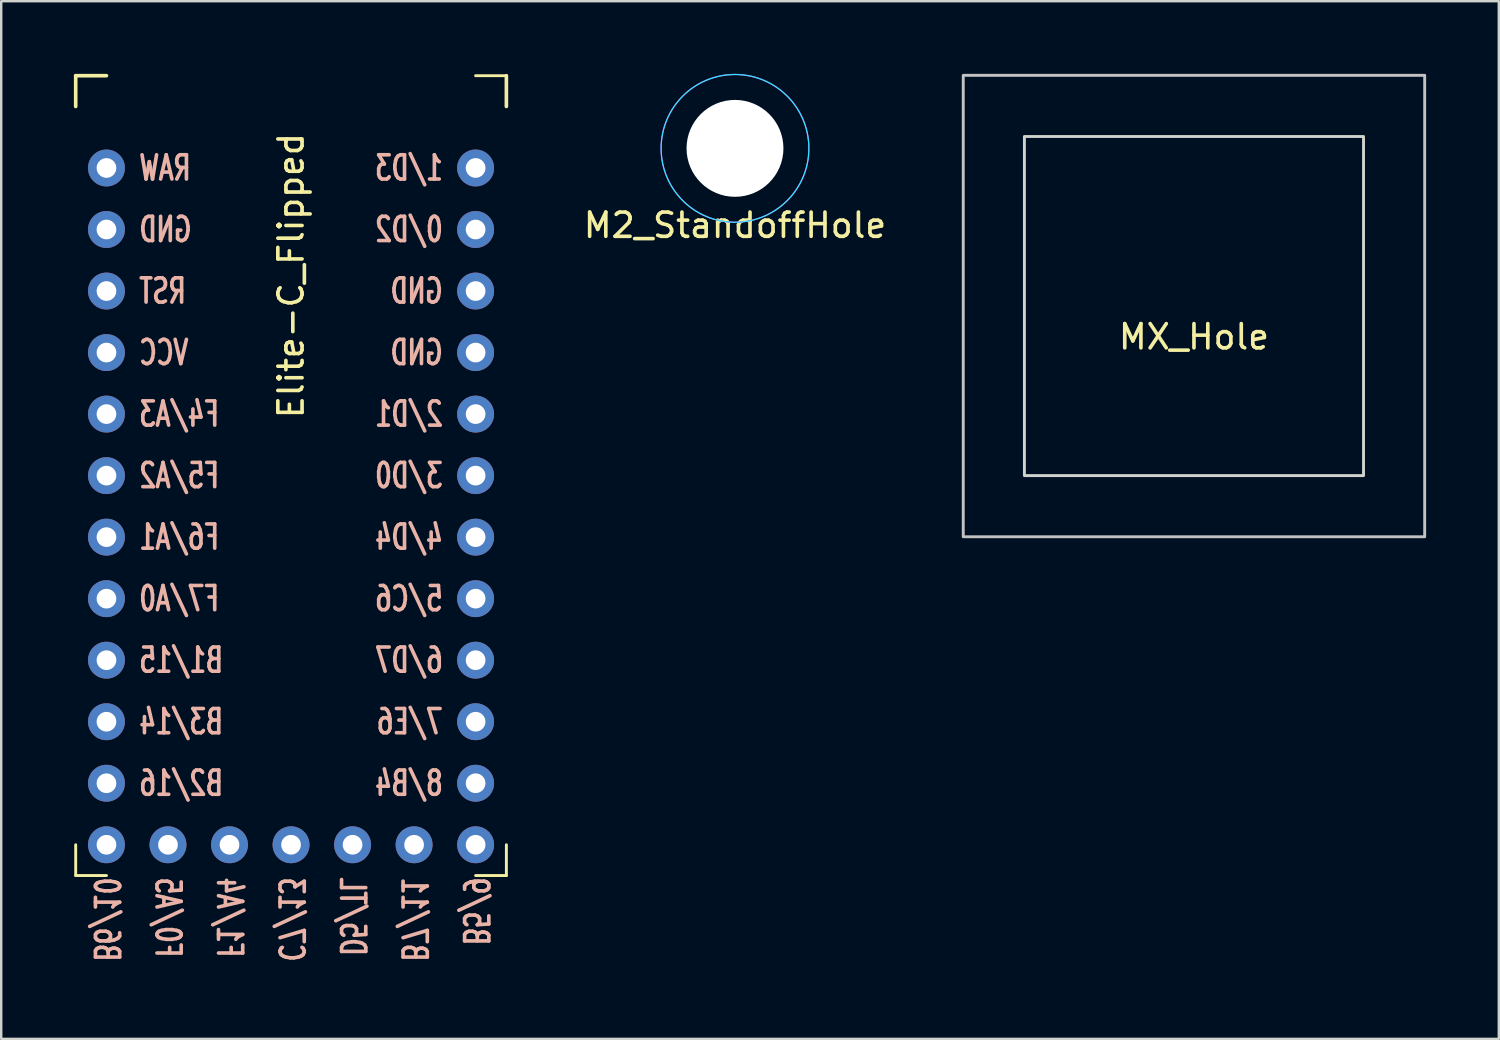
<source format=kicad_pcb>
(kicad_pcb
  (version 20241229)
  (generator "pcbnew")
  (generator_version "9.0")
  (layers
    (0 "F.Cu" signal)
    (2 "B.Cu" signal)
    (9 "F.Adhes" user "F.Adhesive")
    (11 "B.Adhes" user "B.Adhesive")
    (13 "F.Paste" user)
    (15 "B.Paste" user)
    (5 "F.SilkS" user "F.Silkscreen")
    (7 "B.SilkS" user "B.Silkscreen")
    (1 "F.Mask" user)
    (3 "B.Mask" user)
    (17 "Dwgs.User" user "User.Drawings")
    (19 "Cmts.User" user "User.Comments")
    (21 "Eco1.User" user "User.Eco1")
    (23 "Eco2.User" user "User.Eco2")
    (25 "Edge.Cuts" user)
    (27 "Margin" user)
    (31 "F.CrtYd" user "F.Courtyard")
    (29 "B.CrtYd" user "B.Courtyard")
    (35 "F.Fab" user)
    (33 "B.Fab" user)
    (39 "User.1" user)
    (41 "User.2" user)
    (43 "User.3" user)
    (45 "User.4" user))
  (footprint "M2_StandoffHole"
    (layer "F.Cu")
    (at 27.293 3.075)
    (property "Reference" "M2_StandoffHole" (at 0 3.175 0) (unlocked yes) (layer "F.SilkS") (effects (font (size 1 1) (thickness 0.15))))
    (attr through_hole)
    (fp_circle (center 0 0) (end 3.05 0) (stroke (width 0.05) (type solid)) (fill no) (layer "B.CrtYd"))
    (fp_circle (center 0 0) (end 3.05 0) (stroke (width 0.05) (type solid)) (fill no) (layer "F.CrtYd"))
    (pad "" np_thru_hole circle (at 0 0) (size 4 4) (drill 4) (layers "*.Cu" "*.Mask")))
  (footprint "MX_Hole"
    (layer "F.Cu")
    (at 46.241 9.585)
    (property "Reference" "MX_Hole" (at 0 1.27 0) (unlocked yes) (layer "F.SilkS") (effects (font (size 1 1) (thickness 0.15))))
    (attr through_hole)
    (fp_rect (start -9.525 -9.525) (end 9.525 9.525) (stroke (width 0.12) (type solid)) (fill no) (layer "Dwgs.User"))
    (fp_rect (start 7 7) (end -7 -7) (stroke (width 0.12) (type solid)) (fill no) (layer "Edge.Cuts")))
  (footprint "Elite-C_Flipped"
    (layer "F.Cu")
    (at 8.965 16.585)
    (property "Reference" "Elite-C_Flipped" (at 0 -8.255 90) (unlocked yes) (layer "F.SilkS") (effects (font (size 1 1) (thickness 0.15))))
    (attr through_hole)
    (fp_line (start -8.89 -16.51) (end -8.89 -15.24) (stroke (width 0.15) (type solid)) (layer "F.SilkS"))
    (fp_line (start -8.89 -16.51) (end -7.62 -16.51) (stroke (width 0.15) (type solid)) (layer "F.SilkS"))
    (fp_line (start -8.89 16.51) (end -8.89 15.24) (stroke (width 0.12) (type solid)) (layer "F.SilkS"))
    (fp_line (start -8.89 16.51) (end -7.62 16.51) (stroke (width 0.12) (type solid)) (layer "F.SilkS"))
    (fp_line (start 8.89 -16.51) (end 7.62 -16.51) (stroke (width 0.12) (type solid)) (layer "F.SilkS"))
    (fp_line (start 8.89 -16.51) (end 8.89 -15.24) (stroke (width 0.15) (type solid)) (layer "F.SilkS"))
    (fp_line (start 8.89 16.51) (end 7.62 16.51) (stroke (width 0.12) (type solid)) (layer "F.SilkS"))
    (fp_line (start 8.89 16.51) (end 8.89 15.24) (stroke (width 0.12) (type solid)) (layer "F.SilkS"))
    (fp_text user "F0/A5" (at -5.08 16.51 270) (unlocked yes) (layer "B.SilkS") (effects (font (size 1 0.7) (thickness 0.15)) (justify right mirror)))
    (fp_text user "B7/11" (at 5.08 16.51 270) (unlocked yes) (layer "B.SilkS") (effects (font (size 1 0.7) (thickness 0.15)) (justify right mirror)))
    (fp_text user "3/D0" (at 6.35 0 0) (unlocked yes) (layer "B.SilkS") (effects (font (size 1 0.7) (thickness 0.15)) (justify left mirror)))
    (fp_text user "D5/TL" (at 2.54 16.51 270) (unlocked yes) (layer "B.SilkS") (effects (font (size 1 0.7) (thickness 0.15)) (justify right mirror)))
    (fp_text user "5/C6" (at 6.35 5.08 0) (unlocked yes) (layer "B.SilkS") (effects (font (size 1 0.7) (thickness 0.15)) (justify left mirror)))
    (fp_text user "RAW" (at -6.35 -12.7 0) (unlocked yes) (layer "B.SilkS") (effects (font (size 1 0.7) (thickness 0.15)) (justify right mirror)))
    (fp_text user "B2/16" (at -6.35 12.7 0) (unlocked yes) (layer "B.SilkS") (effects (font (size 1 0.7) (thickness 0.15)) (justify right mirror)))
    (fp_text user "7/E6" (at 6.35 10.16 0) (unlocked yes) (layer "B.SilkS") (effects (font (size 1 0.7) (thickness 0.15)) (justify left mirror)))
    (fp_text user "GND" (at -6.35 -10.16 0) (unlocked yes) (layer "B.SilkS") (effects (font (size 1 0.7) (thickness 0.15)) (justify right mirror)))
    (fp_text user "B6/10" (at -7.62 16.51 270) (unlocked yes) (layer "B.SilkS") (effects (font (size 1 0.7) (thickness 0.15)) (justify right mirror)))
    (fp_text user "GND" (at 6.35 -7.62 0) (unlocked yes) (layer "B.SilkS") (effects (font (size 1 0.7) (thickness 0.15)) (justify left mirror)))
    (fp_text user "F6/A1" (at -6.35 2.54 0) (unlocked yes) (layer "B.SilkS") (effects (font (size 1 0.7) (thickness 0.15)) (justify right mirror)))
    (fp_text user "4/D4" (at 6.35 2.54 0) (unlocked yes) (layer "B.SilkS") (effects (font (size 1 0.7) (thickness 0.15)) (justify left mirror)))
    (fp_text user "F1/A4" (at -2.54 16.51 270) (unlocked yes) (layer "B.SilkS") (effects (font (size 1 0.7) (thickness 0.15)) (justify right mirror)))
    (fp_text user "F7/A0" (at -6.35 5.08 0) (unlocked yes) (layer "B.SilkS") (effects (font (size 1 0.7) (thickness 0.15)) (justify right mirror)))
    (fp_text user "0/D2" (at 6.35 -10.16 0) (unlocked yes) (layer "B.SilkS") (effects (font (size 1 0.7) (thickness 0.15)) (justify left mirror)))
    (fp_text user "F4/A3" (at -6.35 -2.54 0) (unlocked yes) (layer "B.SilkS") (effects (font (size 1 0.7) (thickness 0.15)) (justify right mirror)))
    (fp_text user "6/D7" (at 6.35 7.62 0) (unlocked yes) (layer "B.SilkS") (effects (font (size 1 0.7) (thickness 0.15)) (justify left mirror)))
    (fp_text user "F5/A2" (at -6.35 0 0) (unlocked yes) (layer "B.SilkS") (effects (font (size 1 0.7) (thickness 0.15)) (justify right mirror)))
    (fp_text user "GND" (at 6.35 -5.08 0) (unlocked yes) (layer "B.SilkS") (effects (font (size 1 0.7) (thickness 0.15)) (justify left mirror)))
    (fp_text user "8/B4" (at 6.35 12.7 0) (unlocked yes) (layer "B.SilkS") (effects (font (size 1 0.7) (thickness 0.15)) (justify left mirror)))
    (fp_text user "B3/14" (at -6.35 10.16 0) (unlocked yes) (layer "B.SilkS") (effects (font (size 1 0.7) (thickness 0.15)) (justify right mirror)))
    (fp_text user "B5/9" (at 7.62 16.51 270) (unlocked yes) (layer "B.SilkS") (effects (font (size 1 0.7) (thickness 0.15)) (justify right mirror)))
    (fp_text user "VCC" (at -6.35 -5.08 0) (unlocked yes) (layer "B.SilkS") (effects (font (size 1 0.7) (thickness 0.15)) (justify right mirror)))
    (fp_text user "2/D1" (at 6.35 -2.54 0) (unlocked yes) (layer "B.SilkS") (effects (font (size 1 0.7) (thickness 0.15)) (justify left mirror)))
    (fp_text user "RST" (at -6.35 -7.62 0) (unlocked yes) (layer "B.SilkS") (effects (font (size 1 0.7) (thickness 0.15)) (justify right mirror)))
    (fp_text user "C7/13" (at 0 16.51 270) (unlocked yes) (layer "B.SilkS") (effects (font (size 1 0.7) (thickness 0.15)) (justify right mirror)))
    (fp_text user "B1/15" (at -6.35 7.62 0) (unlocked yes) (layer "B.SilkS") (effects (font (size 1 0.7) (thickness 0.15)) (justify right mirror)))
    (fp_text user "1/D3" (at 6.35 -12.7 0) (unlocked yes) (layer "B.SilkS") (effects (font (size 1 0.7) (thickness 0.15)) (justify left mirror)))
    (pad "1" thru_hole circle (at 7.62 -12.7) (size 1.524 1.524) (drill 0.813) (layers "*.Cu" "*.Mask"))
    (pad "2" thru_hole circle (at 7.62 -10.16) (size 1.524 1.524) (drill 0.813) (layers "*.Cu" "*.Mask"))
    (pad "3" thru_hole circle (at 7.62 -7.62) (size 1.524 1.524) (drill 0.813) (layers "*.Cu" "*.Mask"))
    (pad "4" thru_hole circle (at 7.62 -5.08) (size 1.524 1.524) (drill 0.813) (layers "*.Cu" "*.Mask"))
    (pad "5" thru_hole circle (at 7.62 -2.54) (size 1.524 1.524) (drill 0.813) (layers "*.Cu" "*.Mask"))
    (pad "6" thru_hole circle (at 7.62 0) (size 1.524 1.524) (drill 0.813) (layers "*.Cu" "*.Mask"))
    (pad "7" thru_hole circle (at 7.62 2.54) (size 1.524 1.524) (drill 0.813) (layers "*.Cu" "*.Mask"))
    (pad "8" thru_hole circle (at 7.62 5.08) (size 1.524 1.524) (drill 0.813) (layers "*.Cu" "*.Mask"))
    (pad "9" thru_hole circle (at 7.62 7.62) (size 1.524 1.524) (drill 0.813) (layers "*.Cu" "*.Mask"))
    (pad "10" thru_hole circle (at 7.62 10.16) (size 1.524 1.524) (drill 0.813) (layers "*.Cu" "*.Mask"))
    (pad "11" thru_hole circle (at 7.62 12.7) (size 1.524 1.524) (drill 0.813) (layers "*.Cu" "*.Mask"))
    (pad "12" thru_hole circle (at 7.62 15.24) (size 1.524 1.524) (drill 0.813) (layers "*.Cu" "*.Mask"))
    (pad "13" thru_hole circle (at -7.62 15.24) (size 1.524 1.524) (drill 0.813) (layers "*.Cu" "*.Mask"))
    (pad "14" thru_hole circle (at -7.62 12.7) (size 1.524 1.524) (drill 0.813) (layers "*.Cu" "*.Mask"))
    (pad "15" thru_hole circle (at -7.62 10.16) (size 1.524 1.524) (drill 0.813) (layers "*.Cu" "*.Mask"))
    (pad "16" thru_hole circle (at -7.62 7.62) (size 1.524 1.524) (drill 0.813) (layers "*.Cu" "*.Mask"))
    (pad "17" thru_hole circle (at -7.62 5.08) (size 1.524 1.524) (drill 0.813) (layers "*.Cu" "*.Mask"))
    (pad "18" thru_hole circle (at -7.62 2.54) (size 1.524 1.524) (drill 0.813) (layers "*.Cu" "*.Mask"))
    (pad "19" thru_hole circle (at -7.62 0) (size 1.524 1.524) (drill 0.813) (layers "*.Cu" "*.Mask"))
    (pad "20" thru_hole circle (at -7.62 -2.54) (size 1.524 1.524) (drill 0.813) (layers "*.Cu" "*.Mask"))
    (pad "21" thru_hole circle (at -7.62 -5.08) (size 1.524 1.524) (drill 0.813) (layers "*.Cu" "*.Mask"))
    (pad "22" thru_hole circle (at -7.62 -7.62) (size 1.524 1.524) (drill 0.813) (layers "*.Cu" "*.Mask"))
    (pad "23" thru_hole circle (at -7.62 -10.16) (size 1.524 1.524) (drill 0.813) (layers "*.Cu" "*.Mask"))
    (pad "24" thru_hole circle (at -7.62 -12.7) (size 1.524 1.524) (drill 0.813) (layers "*.Cu" "*.Mask"))
    (pad "27" thru_hole circle (at 5.08 15.24) (size 1.524 1.524) (drill 0.813) (layers "*.Cu" "*.Mask"))
    (pad "28" thru_hole circle (at 2.54 15.24) (size 1.524 1.524) (drill 0.813) (layers "*.Cu" "*.Mask"))
    (pad "29" thru_hole circle (at 0 15.24) (size 1.524 1.524) (drill 0.813) (layers "*.Cu" "*.Mask"))
    (pad "30" thru_hole circle (at -2.54 15.24) (size 1.524 1.524) (drill 0.813) (layers "*.Cu" "*.Mask"))
    (pad "31" thru_hole circle (at -5.08 15.24) (size 1.524 1.524) (drill 0.813) (layers "*.Cu" "*.Mask")))
  (gr_rect
    (start -3 -3)
    (end 58.826 39.838)
    (stroke (width 0.1) (type default))
    (fill no)
    (layer "Edge.Cuts")))
</source>
